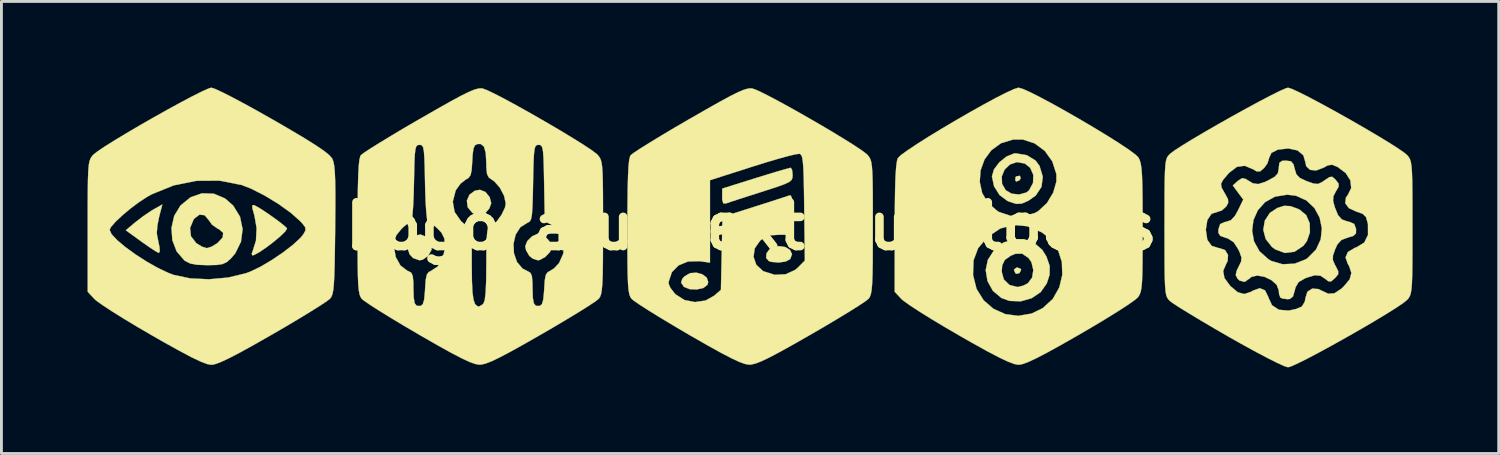
<source format=kicad_pcb>
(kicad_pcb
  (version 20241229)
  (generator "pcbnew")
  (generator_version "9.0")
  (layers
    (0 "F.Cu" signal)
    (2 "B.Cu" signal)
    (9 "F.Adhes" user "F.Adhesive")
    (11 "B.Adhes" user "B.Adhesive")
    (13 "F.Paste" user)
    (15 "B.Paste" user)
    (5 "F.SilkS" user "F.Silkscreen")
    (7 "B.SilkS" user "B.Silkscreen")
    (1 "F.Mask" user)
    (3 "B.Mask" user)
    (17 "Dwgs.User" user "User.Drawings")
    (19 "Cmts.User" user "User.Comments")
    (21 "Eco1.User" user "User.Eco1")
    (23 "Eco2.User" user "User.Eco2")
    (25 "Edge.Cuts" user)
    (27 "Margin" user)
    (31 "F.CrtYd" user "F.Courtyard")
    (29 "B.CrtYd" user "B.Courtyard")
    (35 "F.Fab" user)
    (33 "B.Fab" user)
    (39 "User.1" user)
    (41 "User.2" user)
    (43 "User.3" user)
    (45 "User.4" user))
  (footprint "Logo ajua exterus todos"
    (layer "F.Cu")
    (at 23.119 4.831)
    (property "Reference" "Logo ajua exterus todos" (at 0 0 0) (layer "F.SilkS") (effects (font (size 1.524 1.524) (thickness 0.3))))
    (attr through_hole)
    (fp_poly (pts (xy 9.385 -1.676) (xy 9.338 -1.6) (xy 9.232 -1.558) (xy 9.195 -1.595) (xy 9.202 -1.71) (xy 9.233 -1.738) (xy 9.353 -1.758) (xy 9.385 -1.676)) (stroke (width 0.01) (type solid)) (fill yes) (layer "F.SilkS"))
    (fp_poly (pts (xy 9.384 1.482) (xy 9.398 1.519) (xy 9.342 1.63) (xy 9.233 1.656) (xy 9.198 1.635) (xy 9.147 1.512) (xy 9.237 1.442) (xy 9.271 1.439) (xy 9.384 1.482)) (stroke (width 0.01) (type solid)) (fill yes) (layer "F.SilkS"))
    (fp_poly (pts (xy -11.292 0.378) (xy -11.142 0.57) (xy -11.134 0.592) (xy -11.138 0.821) (xy -11.258 1.033) (xy -11.451 1.167) (xy -11.557 1.185) (xy -11.777 1.108) (xy -11.901 0.978) (xy -11.99 0.718) (xy -11.924 0.482) (xy -11.752 0.33) (xy -11.517 0.289) (xy -11.292 0.378)) (stroke (width 0.01) (type solid)) (fill yes) (layer "F.SilkS"))
    (fp_poly (pts (xy -9.261 -1.196) (xy -9.113 -1.013) (xy -9.059 -0.803) (xy -9.121 -0.628) (xy -9.266 -0.454) (xy -9.432 -0.347) (xy -9.483 -0.339) (xy -9.58 -0.382) (xy -9.718 -0.47) (xy -9.879 -0.665) (xy -9.907 -0.891) (xy -9.818 -1.098) (xy -9.629 -1.238) (xy -9.452 -1.27) (xy -9.261 -1.196)) (stroke (width 0.01) (type solid)) (fill yes) (layer "F.SilkS"))
    (fp_poly (pts (xy -1.702 1.674) (xy -1.551 1.79) (xy -1.5 1.948) (xy -1.53 2.043) (xy -1.67 2.15) (xy -1.899 2.201) (xy -2.145 2.191) (xy -2.336 2.116) (xy -2.354 2.1) (xy -2.446 1.963) (xy -2.403 1.831) (xy -2.322 1.742) (xy -2.132 1.633) (xy -1.911 1.616) (xy -1.702 1.674)) (stroke (width 0.01) (type solid)) (fill yes) (layer "F.SilkS"))
    (fp_poly (pts (xy 1.183 0.724) (xy 1.348 0.824) (xy 1.419 0.971) (xy 1.357 1.14) (xy 1.354 1.144) (xy 1.197 1.228) (xy 0.953 1.263) (xy 0.701 1.241) (xy 0.614 1.214) (xy 0.516 1.104) (xy 0.53 0.942) (xy 0.642 0.793) (xy 0.713 0.749) (xy 0.959 0.691) (xy 1.183 0.724)) (stroke (width 0.01) (type solid)) (fill yes) (layer "F.SilkS"))
    (fp_poly (pts (xy -7.236 0.319) (xy -7.071 0.472) (xy -6.959 0.646) (xy -6.943 0.72) (xy -7.011 0.895) (xy -7.174 1.066) (xy -7.367 1.174) (xy -7.438 1.185) (xy -7.614 1.126) (xy -7.734 1.03) (xy -7.845 0.836) (xy -7.874 0.697) (xy -7.803 0.516) (xy -7.635 0.35) (xy -7.436 0.258) (xy -7.389 0.254) (xy -7.236 0.319)) (stroke (width 0.01) (type solid)) (fill yes) (layer "F.SilkS"))
    (fp_poly (pts (xy -20.628 -0.324) (xy -20.685 -0.036) (xy -20.707 0.215) (xy -20.699 0.309) (xy -20.648 0.559) (xy -20.615 0.72) (xy -20.604 0.876) (xy -20.636 0.929) (xy -20.731 0.881) (xy -20.924 0.757) (xy -21.178 0.58) (xy -21.244 0.533) (xy -21.787 0.14) (xy -21.457 -0.138) (xy -21.189 -0.344) (xy -20.909 -0.534) (xy -20.821 -0.587) (xy -20.515 -0.758) (xy -20.628 -0.324)) (stroke (width 0.01) (type solid)) (fill yes) (layer "F.SilkS"))
    (fp_poly (pts (xy 18.78 -0.701) (xy 19.051 -0.601) (xy 19.104 -0.576) (xy 19.33 -0.384) (xy 19.45 -0.105) (xy 19.458 0.213) (xy 19.351 0.52) (xy 19.226 0.684) (xy 18.92 0.888) (xy 18.588 0.93) (xy 18.255 0.808) (xy 18.135 0.721) (xy 17.916 0.442) (xy 17.834 0.123) (xy 17.886 -0.194) (xy 18.064 -0.467) (xy 18.323 -0.637) (xy 18.562 -0.712) (xy 18.78 -0.701)) (stroke (width 0.01) (type solid)) (fill yes) (layer "F.SilkS"))
    (fp_poly (pts (xy -17.299 -0.726) (xy -17.156 -0.649) (xy -16.942 -0.512) (xy -16.696 -0.342) (xy -16.459 -0.17) (xy -16.273 -0.023) (xy -16.176 0.069) (xy -16.171 0.081) (xy -16.236 0.184) (xy -16.404 0.347) (xy -16.635 0.541) (xy -16.889 0.734) (xy -17.128 0.897) (xy -17.312 0.998) (xy -17.379 1.016) (xy -17.402 0.955) (xy -17.369 0.868) (xy -17.253 0.5) (xy -17.231 0.062) (xy -17.305 -0.366) (xy -17.372 -0.605) (xy -17.385 -0.718) (xy -17.342 -0.739) (xy -17.299 -0.726)) (stroke (width 0.01) (type solid)) (fill yes) (layer "F.SilkS"))
    (fp_poly (pts (xy 1.421 -1.96) (xy 1.439 -1.787) (xy 1.433 -1.687) (xy 1.398 -1.608) (xy 1.309 -1.537) (xy 1.141 -1.46) (xy 0.867 -1.362) (xy 0.464 -1.232) (xy 0.34 -1.192) (xy -0.074 -1.06) (xy -0.437 -0.943) (xy -0.714 -0.852) (xy -0.872 -0.799) (xy -0.888 -0.793) (xy -0.977 -0.798) (xy -1.012 -0.925) (xy -1.014 -1.028) (xy -1.012 -1.312) (xy 0.15 -1.677) (xy 0.569 -1.806) (xy 0.93 -1.915) (xy 1.202 -1.993) (xy 1.355 -2.033) (xy 1.376 -2.036) (xy 1.421 -1.96)) (stroke (width 0.01) (type solid)) (fill yes) (layer "F.SilkS"))
    (fp_poly (pts (xy 9.601 -2.474) (xy 9.901 -2.289) (xy 10.039 -2.104) (xy 10.154 -1.726) (xy 10.108 -1.373) (xy 9.909 -1.072) (xy 9.651 -0.889) (xy 9.422 -0.79) (xy 9.23 -0.779) (xy 8.992 -0.854) (xy 8.917 -0.886) (xy 8.647 -1.087) (xy 8.456 -1.391) (xy 8.382 -1.736) (xy 8.382 -1.737) (xy 8.724 -1.737) (xy 8.735 -1.477) (xy 8.861 -1.256) (xy 9.069 -1.134) (xy 9.335 -1.107) (xy 9.581 -1.176) (xy 9.674 -1.249) (xy 9.813 -1.508) (xy 9.824 -1.789) (xy 9.714 -2.037) (xy 9.528 -2.185) (xy 9.253 -2.235) (xy 9.009 -2.152) (xy 8.824 -1.974) (xy 8.724 -1.737) (xy 8.382 -1.737) (xy 8.382 -1.74) (xy 8.454 -1.982) (xy 8.639 -2.227) (xy 8.885 -2.426) (xy 9.143 -2.533) (xy 9.216 -2.54) (xy 9.601 -2.474)) (stroke (width 0.01) (type solid)) (fill yes) (layer "F.SilkS"))
    (fp_poly (pts (xy 9.842 0.571) (xy 10.133 0.819) (xy 10.278 1.051) (xy 10.394 1.383) (xy 10.39 1.689) (xy 10.292 1.991) (xy 10.08 2.294) (xy 9.763 2.507) (xy 9.386 2.614) (xy 8.995 2.6) (xy 8.712 2.498) (xy 8.415 2.249) (xy 8.227 1.909) (xy 8.174 1.583) (xy 8.722 1.583) (xy 8.796 1.853) (xy 8.994 2.045) (xy 9.271 2.117) (xy 9.473 2.069) (xy 9.633 1.985) (xy 9.781 1.789) (xy 9.823 1.524) (xy 9.759 1.254) (xy 9.652 1.101) (xy 9.435 0.954) (xy 9.2 0.958) (xy 9.033 1.029) (xy 8.831 1.171) (xy 8.74 1.357) (xy 8.722 1.583) (xy 8.174 1.583) (xy 8.165 1.528) (xy 8.239 1.173) (xy 8.468 0.813) (xy 8.776 0.571) (xy 9.13 0.449) (xy 9.496 0.448) (xy 9.842 0.571)) (stroke (width 0.01) (type solid)) (fill yes) (layer "F.SilkS"))
    (fp_poly (pts (xy -18.723 -1.134) (xy -18.332 -0.969) (xy -18.046 -0.72) (xy -17.809 -0.332) (xy -17.719 0.1) (xy -17.775 0.537) (xy -17.974 0.943) (xy -18.12 1.115) (xy -18.265 1.244) (xy -18.414 1.316) (xy -18.621 1.348) (xy -18.941 1.355) (xy -18.947 1.355) (xy -19.306 1.342) (xy -19.547 1.296) (xy -19.722 1.207) (xy -19.748 1.187) (xy -20.016 0.876) (xy -20.166 0.485) (xy -20.196 0.061) (xy -19.549 0.061) (xy -19.518 0.347) (xy -19.336 0.585) (xy -19.335 0.587) (xy -19.138 0.709) (xy -18.969 0.762) (xy -18.965 0.762) (xy -18.8 0.712) (xy -18.602 0.591) (xy -18.596 0.587) (xy -18.414 0.393) (xy -18.395 0.23) (xy -18.54 0.104) (xy -18.585 0.084) (xy -18.783 -0.054) (xy -18.895 -0.21) (xy -19.04 -0.385) (xy -19.22 -0.404) (xy -19.403 -0.266) (xy -19.426 -0.235) (xy -19.549 0.061) (xy -20.196 0.061) (xy -20.196 0.058) (xy -20.102 -0.361) (xy -19.883 -0.722) (xy -19.531 -1.01) (xy -19.134 -1.148) (xy -18.723 -1.134)) (stroke (width 0.01) (type solid)) (fill yes) (layer "F.SilkS"))
    (fp_poly (pts (xy -18.68 -4.785) (xy -18.429 -4.669) (xy -18.076 -4.49) (xy -17.641 -4.259) (xy -17.148 -3.987) (xy -16.661 -3.711) (xy -16.023 -3.341) (xy -15.52 -3.041) (xy -15.141 -2.802) (xy -14.87 -2.616) (xy -14.696 -2.474) (xy -14.603 -2.366) (xy -14.596 -2.353) (xy -14.557 -2.251) (xy -14.527 -2.102) (xy -14.507 -1.885) (xy -14.494 -1.581) (xy -14.488 -1.169) (xy -14.489 -0.63) (xy -14.495 0.057) (xy -14.495 0.122) (xy -14.504 0.801) (xy -14.513 1.331) (xy -14.525 1.732) (xy -14.541 2.025) (xy -14.563 2.231) (xy -14.591 2.369) (xy -14.629 2.461) (xy -14.675 2.524) (xy -14.79 2.613) (xy -15.03 2.771) (xy -15.373 2.986) (xy -15.797 3.244) (xy -16.281 3.531) (xy -16.677 3.761) (xy -17.313 4.123) (xy -17.819 4.402) (xy -18.209 4.605) (xy -18.498 4.738) (xy -18.7 4.809) (xy -18.808 4.826) (xy -18.955 4.799) (xy -19.18 4.713) (xy -19.499 4.561) (xy -19.924 4.336) (xy -20.47 4.033) (xy -20.87 3.804) (xy -21.382 3.506) (xy -21.856 3.22) (xy -22.268 2.963) (xy -22.594 2.749) (xy -22.812 2.594) (xy -22.881 2.533) (xy -23.114 2.283) (xy -23.114 0.125) (xy -22.352 0.125) (xy -22.281 0.278) (xy -22.087 0.485) (xy -21.8 0.727) (xy -21.448 0.982) (xy -21.061 1.231) (xy -20.667 1.453) (xy -20.297 1.628) (xy -20.114 1.696) (xy -19.539 1.817) (xy -18.888 1.847) (xy -18.223 1.786) (xy -17.61 1.639) (xy -17.441 1.576) (xy -17.091 1.407) (xy -16.701 1.176) (xy -16.313 0.914) (xy -15.968 0.648) (xy -15.707 0.409) (xy -15.604 0.282) (xy -15.528 0.143) (xy -15.537 0.034) (xy -15.647 -0.109) (xy -15.715 -0.18) (xy -16.045 -0.473) (xy -16.479 -0.783) (xy -16.957 -1.074) (xy -17.423 -1.31) (xy -17.75 -1.437) (xy -18.523 -1.589) (xy -19.321 -1.584) (xy -20.114 -1.426) (xy -20.874 -1.118) (xy -21.041 -1.027) (xy -21.321 -0.845) (xy -21.62 -0.621) (xy -21.904 -0.383) (xy -22.143 -0.159) (xy -22.302 0.023) (xy -22.352 0.125) (xy -23.114 0.125) (xy -23.114 0.003) (xy -23.114 -0.677) (xy -23.111 -1.209) (xy -23.106 -1.612) (xy -23.095 -1.908) (xy -23.078 -2.118) (xy -23.053 -2.261) (xy -23.018 -2.358) (xy -22.972 -2.43) (xy -22.924 -2.487) (xy -22.788 -2.597) (xy -22.533 -2.769) (xy -22.183 -2.989) (xy -21.762 -3.243) (xy -21.296 -3.517) (xy -20.808 -3.796) (xy -20.323 -4.068) (xy -19.865 -4.318) (xy -19.459 -4.533) (xy -19.129 -4.698) (xy -18.9 -4.8) (xy -18.807 -4.826) (xy -18.68 -4.785)) (stroke (width 0.01) (type solid)) (fill yes) (layer "F.SilkS"))
    (fp_poly (pts (xy 9.459 -4.783) (xy 9.727 -4.663) (xy 10.087 -4.48) (xy 10.517 -4.25) (xy 10.991 -3.985) (xy 11.485 -3.701) (xy 11.974 -3.412) (xy 12.434 -3.132) (xy 12.84 -2.875) (xy 13.167 -2.656) (xy 13.391 -2.488) (xy 13.483 -2.397) (xy 13.528 -2.308) (xy 13.563 -2.19) (xy 13.589 -2.023) (xy 13.608 -1.785) (xy 13.62 -1.456) (xy 13.627 -1.014) (xy 13.63 -0.439) (xy 13.631 0.052) (xy 13.63 0.724) (xy 13.627 1.248) (xy 13.621 1.645) (xy 13.609 1.935) (xy 13.59 2.14) (xy 13.563 2.282) (xy 13.526 2.38) (xy 13.479 2.457) (xy 13.462 2.479) (xy 13.343 2.579) (xy 13.099 2.749) (xy 12.752 2.974) (xy 12.324 3.239) (xy 11.837 3.53) (xy 11.443 3.76) (xy 10.816 4.118) (xy 10.317 4.394) (xy 9.931 4.595) (xy 9.644 4.729) (xy 9.439 4.803) (xy 9.306 4.825) (xy 9.16 4.798) (xy 8.938 4.714) (xy 8.626 4.566) (xy 8.208 4.347) (xy 7.672 4.049) (xy 7.239 3.802) (xy 6.728 3.504) (xy 6.254 3.219) (xy 5.842 2.962) (xy 5.515 2.748) (xy 5.297 2.592) (xy 5.228 2.532) (xy 4.995 2.283) (xy 4.996 1.692) (xy 7.724 1.692) (xy 7.725 1.701) (xy 7.846 2.183) (xy 8.093 2.579) (xy 8.437 2.877) (xy 8.849 3.061) (xy 9.301 3.12) (xy 9.766 3.04) (xy 10.153 2.851) (xy 10.502 2.53) (xy 10.728 2.132) (xy 10.833 1.692) (xy 10.817 1.241) (xy 10.68 0.816) (xy 10.423 0.448) (xy 10.119 0.212) (xy 9.615 -0.001) (xy 9.135 -0.046) (xy 8.676 0.077) (xy 8.239 0.368) (xy 8.213 0.391) (xy 7.901 0.763) (xy 7.741 1.188) (xy 7.724 1.692) (xy 4.996 1.692) (xy 4.997 0.062) (xy 5 -0.69) (xy 5.009 -1.287) (xy 5.017 -1.547) (xy 7.957 -1.547) (xy 8.042 -1.157) (xy 8.247 -0.807) (xy 8.578 -0.527) (xy 8.635 -0.495) (xy 9.037 -0.362) (xy 9.47 -0.35) (xy 9.869 -0.458) (xy 9.999 -0.53) (xy 10.298 -0.809) (xy 10.517 -1.172) (xy 10.628 -1.561) (xy 10.627 -1.816) (xy 10.485 -2.26) (xy 10.223 -2.625) (xy 9.872 -2.886) (xy 9.461 -3.02) (xy 9.124 -3.022) (xy 8.698 -2.892) (xy 8.362 -2.649) (xy 8.123 -2.324) (xy 7.986 -1.946) (xy 7.957 -1.547) (xy 5.017 -1.547) (xy 5.024 -1.741) (xy 5.046 -2.067) (xy 5.075 -2.277) (xy 5.104 -2.371) (xy 5.208 -2.474) (xy 5.437 -2.642) (xy 5.768 -2.862) (xy 6.175 -3.12) (xy 6.635 -3.4) (xy 7.124 -3.689) (xy 7.617 -3.974) (xy 8.091 -4.239) (xy 8.52 -4.471) (xy 8.882 -4.655) (xy 9.152 -4.778) (xy 9.306 -4.826) (xy 9.31 -4.826) (xy 9.459 -4.783)) (stroke (width 0.01) (type solid)) (fill yes) (layer "F.SilkS"))
    (fp_poly (pts (xy 18.799 -2.263) (xy 18.887 -2.158) (xy 18.927 -1.998) (xy 18.987 -1.806) (xy 19.111 -1.68) (xy 19.349 -1.57) (xy 19.353 -1.568) (xy 19.586 -1.487) (xy 19.734 -1.473) (xy 19.867 -1.53) (xy 19.969 -1.6) (xy 20.137 -1.711) (xy 20.235 -1.724) (xy 20.333 -1.641) (xy 20.362 -1.609) (xy 20.458 -1.483) (xy 20.455 -1.374) (xy 20.364 -1.218) (xy 20.274 -1.046) (xy 20.265 -0.88) (xy 20.324 -0.664) (xy 20.437 -0.388) (xy 20.57 -0.237) (xy 20.768 -0.166) (xy 20.828 -0.156) (xy 21.001 -0.081) (xy 21.066 0.096) (xy 21.061 0.25) (xy 20.97 0.336) (xy 20.781 0.393) (xy 20.557 0.476) (xy 20.417 0.628) (xy 20.338 0.798) (xy 20.26 1.022) (xy 20.257 1.177) (xy 20.33 1.345) (xy 20.352 1.383) (xy 20.443 1.562) (xy 20.441 1.674) (xy 20.341 1.795) (xy 20.327 1.808) (xy 20.195 1.922) (xy 20.097 1.915) (xy 19.999 1.836) (xy 19.825 1.722) (xy 19.629 1.706) (xy 19.357 1.787) (xy 19.282 1.817) (xy 19.064 1.944) (xy 18.956 2.128) (xy 18.929 2.241) (xy 18.867 2.448) (xy 18.762 2.531) (xy 18.679 2.54) (xy 18.503 2.518) (xy 18.429 2.484) (xy 18.384 2.362) (xy 18.373 2.232) (xy 18.3 2.039) (xy 18.116 1.875) (xy 17.874 1.76) (xy 17.624 1.716) (xy 17.42 1.764) (xy 17.363 1.813) (xy 17.186 1.937) (xy 17.008 1.892) (xy 16.932 1.818) (xy 16.874 1.699) (xy 16.908 1.545) (xy 16.973 1.413) (xy 17.061 1.229) (xy 17.074 1.088) (xy 17.012 0.909) (xy 16.964 0.806) (xy 16.805 0.557) (xy 16.602 0.426) (xy 16.526 0.403) (xy 16.335 0.334) (xy 16.269 0.227) (xy 16.271 0.153) (xy 17.444 0.153) (xy 17.51 0.524) (xy 17.697 0.866) (xy 18.011 1.148) (xy 18.12 1.211) (xy 18.506 1.323) (xy 18.925 1.303) (xy 19.31 1.154) (xy 19.37 1.114) (xy 19.67 0.812) (xy 19.835 0.454) (xy 19.874 0.074) (xy 19.797 -0.3) (xy 19.615 -0.635) (xy 19.337 -0.899) (xy 18.973 -1.063) (xy 18.668 -1.1) (xy 18.239 -1.031) (xy 17.896 -0.84) (xy 17.644 -0.56) (xy 17.491 -0.219) (xy 17.444 0.153) (xy 16.271 0.153) (xy 16.272 0.102) (xy 16.332 -0.076) (xy 16.492 -0.148) (xy 16.535 -0.154) (xy 16.708 -0.211) (xy 16.848 -0.363) (xy 16.954 -0.556) (xy 17.136 -0.93) (xy 16.954 -1.175) (xy 16.773 -1.421) (xy 16.943 -1.575) (xy 17.093 -1.675) (xy 17.221 -1.649) (xy 17.256 -1.626) (xy 17.469 -1.497) (xy 17.654 -1.469) (xy 17.881 -1.539) (xy 18.001 -1.595) (xy 18.231 -1.723) (xy 18.341 -1.843) (xy 18.372 -2.003) (xy 18.373 -2.031) (xy 18.394 -2.211) (xy 18.491 -2.278) (xy 18.623 -2.286) (xy 18.799 -2.263)) (stroke (width 0.01) (type solid)) (fill yes) (layer "F.SilkS"))
    (fp_poly (pts (xy 0.032 -4.8) (xy 0.189 -4.743) (xy 0.464 -4.611) (xy 0.832 -4.42) (xy 1.266 -4.184) (xy 1.741 -3.918) (xy 2.232 -3.636) (xy 2.712 -3.355) (xy 3.155 -3.087) (xy 3.537 -2.849) (xy 3.831 -2.655) (xy 4.012 -2.52) (xy 4.043 -2.49) (xy 4.099 -2.422) (xy 4.143 -2.347) (xy 4.176 -2.244) (xy 4.2 -2.093) (xy 4.216 -1.873) (xy 4.226 -1.564) (xy 4.231 -1.145) (xy 4.233 -0.596) (xy 4.233 0.038) (xy 4.232 0.731) (xy 4.229 1.276) (xy 4.222 1.691) (xy 4.21 1.996) (xy 4.191 2.212) (xy 4.166 2.358) (xy 4.132 2.454) (xy 4.088 2.521) (xy 4.085 2.524) (xy 3.973 2.613) (xy 3.735 2.771) (xy 3.393 2.986) (xy 2.969 3.243) (xy 2.486 3.53) (xy 2.087 3.761) (xy 1.483 4.106) (xy 1.004 4.372) (xy 0.635 4.567) (xy 0.355 4.701) (xy 0.149 4.781) (xy -0.003 4.817) (xy -0.072 4.821) (xy -0.212 4.798) (xy -0.41 4.728) (xy -0.683 4.601) (xy -1.049 4.411) (xy -1.522 4.149) (xy -2.121 3.806) (xy -2.201 3.759) (xy -2.712 3.459) (xy -3.179 3.178) (xy -3.581 2.93) (xy -3.896 2.727) (xy -4.101 2.585) (xy -4.17 2.527) (xy -4.214 2.461) (xy -4.248 2.367) (xy -4.274 2.225) (xy -4.293 2.015) (xy -4.293 2.002) (xy -2.879 2.002) (xy -2.822 2.139) (xy -2.682 2.323) (xy -2.631 2.377) (xy -2.327 2.57) (xy -1.963 2.641) (xy -1.594 2.587) (xy -1.296 2.421) (xy -1.058 2.216) (xy -1.031 0.946) (xy -1.004 -0.325) (xy 0.09 -0.673) (xy 0.503 -0.805) (xy 0.864 -0.921) (xy 1.14 -1.011) (xy 1.296 -1.064) (xy 1.311 -1.07) (xy 1.375 -1.07) (xy 1.413 -0.992) (xy 1.433 -0.807) (xy 1.439 -0.487) (xy 1.439 -0.411) (xy 1.439 0.296) (xy 0.98 0.296) (xy 0.673 0.314) (xy 0.465 0.38) (xy 0.303 0.502) (xy 0.119 0.772) (xy 0.078 1.067) (xy 0.175 1.344) (xy 0.406 1.557) (xy 0.429 1.569) (xy 0.815 1.691) (xy 1.197 1.672) (xy 1.529 1.52) (xy 1.617 1.444) (xy 1.866 1.195) (xy 1.843 -0.65) (xy 1.835 -1.258) (xy 1.825 -1.717) (xy 1.812 -2.048) (xy 1.793 -2.273) (xy 1.768 -2.413) (xy 1.734 -2.488) (xy 1.689 -2.52) (xy 1.672 -2.524) (xy 1.547 -2.508) (xy 1.29 -2.447) (xy 0.929 -2.348) (xy 0.493 -2.219) (xy 0.043 -2.078) (xy -1.439 -1.604) (xy -1.439 1.267) (xy -1.806 1.216) (xy -2.204 1.227) (xy -2.533 1.362) (xy -2.766 1.599) (xy -2.874 1.918) (xy -2.879 2.002) (xy -4.293 2.002) (xy -4.305 1.718) (xy -4.312 1.312) (xy -4.315 0.78) (xy -4.315 0.1) (xy -4.315 0.012) (xy -4.312 -0.73) (xy -4.305 -1.319) (xy -4.293 -1.768) (xy -4.276 -2.095) (xy -4.252 -2.314) (xy -4.221 -2.44) (xy -4.203 -2.472) (xy -4.103 -2.552) (xy -3.875 -2.703) (xy -3.542 -2.911) (xy -3.124 -3.165) (xy -2.642 -3.452) (xy -2.163 -3.73) (xy -1.563 -4.074) (xy -1.091 -4.34) (xy -0.728 -4.537) (xy -0.455 -4.672) (xy -0.255 -4.756) (xy -0.109 -4.797) (xy -0.000468 -4.804) (xy 0.032 -4.8)) (stroke (width 0.01) (type solid)) (fill yes) (layer "F.SilkS"))
    (fp_poly (pts (xy 18.828 -4.784) (xy 19.081 -4.668) (xy 19.43 -4.492) (xy 19.85 -4.269) (xy 20.317 -4.014) (xy 20.807 -3.74) (xy 21.294 -3.46) (xy 21.756 -3.189) (xy 22.167 -2.941) (xy 22.502 -2.729) (xy 22.738 -2.567) (xy 22.839 -2.483) (xy 22.895 -2.418) (xy 22.939 -2.344) (xy 22.972 -2.243) (xy 22.996 -2.094) (xy 23.012 -1.876) (xy 23.022 -1.568) (xy 23.027 -1.151) (xy 23.029 -0.604) (xy 23.029 0.042) (xy 23.029 0.729) (xy 23.027 1.267) (xy 23.022 1.676) (xy 23.011 1.977) (xy 22.995 2.19) (xy 22.97 2.336) (xy 22.937 2.435) (xy 22.892 2.507) (xy 22.839 2.568) (xy 22.701 2.679) (xy 22.443 2.852) (xy 22.091 3.072) (xy 21.669 3.326) (xy 21.2 3.599) (xy 20.71 3.879) (xy 20.223 4.151) (xy 19.763 4.401) (xy 19.355 4.616) (xy 19.023 4.781) (xy 18.792 4.883) (xy 18.696 4.911) (xy 18.564 4.87) (xy 18.309 4.754) (xy 17.951 4.574) (xy 17.514 4.342) (xy 17.018 4.069) (xy 16.631 3.85) (xy 16.113 3.55) (xy 15.635 3.268) (xy 15.22 3.018) (xy 14.89 2.814) (xy 14.669 2.669) (xy 14.586 2.607) (xy 14.53 2.551) (xy 14.486 2.486) (xy 14.452 2.395) (xy 14.428 2.255) (xy 14.412 2.049) (xy 14.401 1.755) (xy 14.396 1.354) (xy 14.394 0.826) (xy 14.393 0.152) (xy 14.393 0.127) (xy 15.833 0.127) (xy 15.884 0.473) (xy 16.037 0.685) (xy 16.289 0.762) (xy 16.307 0.762) (xy 16.502 0.83) (xy 16.605 0.999) (xy 16.592 1.212) (xy 16.541 1.31) (xy 16.436 1.557) (xy 16.48 1.803) (xy 16.679 2.074) (xy 16.696 2.091) (xy 16.947 2.3) (xy 17.172 2.361) (xy 17.412 2.281) (xy 17.475 2.242) (xy 17.71 2.158) (xy 17.893 2.231) (xy 18.003 2.451) (xy 18.007 2.469) (xy 18.136 2.75) (xy 18.377 2.909) (xy 18.714 2.937) (xy 18.736 2.934) (xy 18.98 2.881) (xy 19.163 2.804) (xy 19.18 2.791) (xy 19.279 2.629) (xy 19.304 2.49) (xy 19.371 2.28) (xy 19.538 2.172) (xy 19.759 2.188) (xy 19.857 2.238) (xy 20.098 2.351) (xy 20.314 2.334) (xy 20.549 2.178) (xy 20.633 2.1) (xy 20.842 1.85) (xy 20.903 1.626) (xy 20.823 1.385) (xy 20.779 1.314) (xy 20.699 1.085) (xy 20.782 0.896) (xy 21.028 0.749) (xy 21.091 0.727) (xy 21.351 0.567) (xy 21.481 0.301) (xy 21.479 -0.07) (xy 21.471 -0.112) (xy 21.411 -0.32) (xy 21.293 -0.435) (xy 21.084 -0.508) (xy 20.817 -0.629) (xy 20.689 -0.801) (xy 20.711 -0.997) (xy 20.778 -1.092) (xy 20.896 -1.332) (xy 20.868 -1.596) (xy 20.707 -1.852) (xy 20.425 -2.064) (xy 20.414 -2.07) (xy 20.233 -2.143) (xy 20.082 -2.122) (xy 19.929 -2.039) (xy 19.676 -1.944) (xy 19.463 -1.965) (xy 19.329 -2.091) (xy 19.304 -2.213) (xy 19.23 -2.472) (xy 19.025 -2.643) (xy 18.711 -2.709) (xy 18.693 -2.709) (xy 18.34 -2.669) (xy 18.116 -2.555) (xy 18.034 -2.374) (xy 18.034 -2.368) (xy 17.977 -2.188) (xy 17.859 -2.026) (xy 17.72 -1.91) (xy 17.603 -1.912) (xy 17.481 -1.984) (xy 17.188 -2.107) (xy 16.917 -2.07) (xy 16.65 -1.868) (xy 16.603 -1.817) (xy 16.431 -1.614) (xy 16.36 -1.477) (xy 16.382 -1.345) (xy 16.488 -1.156) (xy 16.504 -1.131) (xy 16.604 -0.941) (xy 16.611 -0.812) (xy 16.541 -0.686) (xy 16.387 -0.549) (xy 16.257 -0.508) (xy 16.031 -0.434) (xy 15.886 -0.221) (xy 15.833 0.112) (xy 15.833 0.127) (xy 14.393 0.127) (xy 14.393 0.042) (xy 14.394 -0.655) (xy 14.395 -1.202) (xy 14.4 -1.62) (xy 14.41 -1.928) (xy 14.425 -2.145) (xy 14.448 -2.293) (xy 14.48 -2.391) (xy 14.523 -2.458) (xy 14.578 -2.514) (xy 14.586 -2.523) (xy 14.738 -2.637) (xy 15.006 -2.811) (xy 15.365 -3.031) (xy 15.792 -3.284) (xy 16.262 -3.554) (xy 16.75 -3.83) (xy 17.233 -4.097) (xy 17.686 -4.342) (xy 18.084 -4.55) (xy 18.403 -4.709) (xy 18.618 -4.804) (xy 18.696 -4.826) (xy 18.828 -4.784)) (stroke (width 0.01) (type solid)) (fill yes) (layer "F.SilkS"))
    (fp_poly (pts (xy -9.366 -4.8) (xy -9.209 -4.743) (xy -8.934 -4.611) (xy -8.566 -4.42) (xy -8.132 -4.184) (xy -7.657 -3.918) (xy -7.166 -3.636) (xy -6.686 -3.355) (xy -6.243 -3.087) (xy -5.861 -2.849) (xy -5.567 -2.655) (xy -5.386 -2.52) (xy -5.355 -2.49) (xy -5.299 -2.422) (xy -5.255 -2.347) (xy -5.222 -2.244) (xy -5.198 -2.093) (xy -5.182 -1.873) (xy -5.172 -1.564) (xy -5.167 -1.145) (xy -5.165 -0.596) (xy -5.165 0.038) (xy -5.166 0.731) (xy -5.169 1.276) (xy -5.176 1.691) (xy -5.188 1.996) (xy -5.207 2.212) (xy -5.232 2.358) (xy -5.266 2.454) (xy -5.31 2.521) (xy -5.313 2.524) (xy -5.425 2.613) (xy -5.663 2.771) (xy -6.005 2.986) (xy -6.429 3.243) (xy -6.912 3.53) (xy -7.311 3.761) (xy -7.915 4.106) (xy -8.394 4.372) (xy -8.763 4.567) (xy -9.043 4.701) (xy -9.249 4.781) (xy -9.401 4.817) (xy -9.47 4.821) (xy -9.61 4.798) (xy -9.808 4.728) (xy -10.081 4.601) (xy -10.447 4.411) (xy -10.92 4.149) (xy -11.519 3.806) (xy -11.599 3.759) (xy -12.11 3.459) (xy -12.577 3.178) (xy -12.979 2.93) (xy -13.294 2.727) (xy -13.499 2.585) (xy -13.568 2.527) (xy -13.612 2.461) (xy -13.646 2.367) (xy -13.672 2.225) (xy -13.691 2.015) (xy -13.703 1.718) (xy -13.71 1.312) (xy -13.713 0.78) (xy -13.713 0.715) (xy -12.446 0.715) (xy -12.385 1.072) (xy -12.221 1.366) (xy -11.981 1.55) (xy -11.936 1.567) (xy -11.843 1.62) (xy -11.792 1.734) (xy -11.771 1.948) (xy -11.769 2.151) (xy -11.759 2.488) (xy -11.724 2.685) (xy -11.65 2.772) (xy -11.528 2.776) (xy -11.519 2.775) (xy -11.442 2.716) (xy -11.394 2.555) (xy -11.367 2.262) (xy -11.363 2.184) (xy -11.341 1.871) (xy -11.303 1.687) (xy -11.236 1.595) (xy -11.174 1.566) (xy -10.926 1.404) (xy -10.749 1.123) (xy -10.67 0.766) (xy -10.668 0.7) (xy -10.692 0.425) (xy -10.789 0.226) (xy -10.931 0.076) (xy -11.11 -0.076) (xy -11.242 -0.162) (xy -11.267 -0.169) (xy -11.294 -0.249) (xy -11.319 -0.47) (xy -11.341 -0.803) (xy -11.343 -0.857) (xy -10.398 -0.857) (xy -10.334 -0.496) (xy -10.111 -0.178) (xy -10.029 -0.106) (xy -9.737 0.127) (xy -9.737 1.359) (xy -9.731 1.9) (xy -9.713 2.292) (xy -9.677 2.556) (xy -9.621 2.714) (xy -9.541 2.784) (xy -9.483 2.794) (xy -9.386 2.742) (xy -9.33 2.692) (xy -9.284 2.57) (xy -9.253 2.302) (xy -9.234 1.882) (xy -9.229 1.341) (xy -9.227 0.855) (xy -9.223 0.61) (xy -8.283 0.61) (xy -8.267 0.941) (xy -8.162 1.244) (xy -7.966 1.475) (xy -7.787 1.567) (xy -7.694 1.62) (xy -7.643 1.734) (xy -7.623 1.948) (xy -7.62 2.151) (xy -7.611 2.488) (xy -7.575 2.685) (xy -7.502 2.772) (xy -7.379 2.776) (xy -7.37 2.775) (xy -7.294 2.716) (xy -7.246 2.555) (xy -7.218 2.262) (xy -7.214 2.184) (xy -7.192 1.871) (xy -7.154 1.687) (xy -7.087 1.595) (xy -7.026 1.566) (xy -6.865 1.463) (xy -6.699 1.285) (xy -6.691 1.273) (xy -6.546 0.946) (xy -6.533 0.594) (xy -6.64 0.266) (xy -6.859 0.012) (xy -6.957 -0.05) (xy -7.192 -0.171) (xy -7.216 -1.504) (xy -7.226 -2.006) (xy -7.237 -2.363) (xy -7.254 -2.6) (xy -7.28 -2.741) (xy -7.318 -2.811) (xy -7.372 -2.834) (xy -7.408 -2.836) (xy -7.472 -2.828) (xy -7.519 -2.785) (xy -7.55 -2.685) (xy -7.571 -2.502) (xy -7.585 -2.211) (xy -7.596 -1.789) (xy -7.601 -1.508) (xy -7.611 -1.005) (xy -7.624 -0.645) (xy -7.642 -0.404) (xy -7.67 -0.256) (xy -7.71 -0.175) (xy -7.766 -0.135) (xy -7.789 -0.127) (xy -8.044 0.033) (xy -8.209 0.293) (xy -8.283 0.61) (xy -9.223 0.61) (xy -9.221 0.511) (xy -9.205 0.281) (xy -9.178 0.139) (xy -9.134 0.057) (xy -9.072 0.007) (xy -9.055 -0.002) (xy -8.873 -0.16) (xy -8.699 -0.4) (xy -8.579 -0.652) (xy -8.552 -0.792) (xy -8.61 -1.059) (xy -8.756 -1.341) (xy -8.947 -1.56) (xy -9.021 -1.611) (xy -9.142 -1.697) (xy -9.205 -1.823) (xy -9.228 -2.04) (xy -9.23 -2.194) (xy -9.25 -2.559) (xy -9.312 -2.776) (xy -9.427 -2.866) (xy -9.535 -2.865) (xy -9.624 -2.822) (xy -9.677 -2.709) (xy -9.707 -2.49) (xy -9.719 -2.276) (xy -9.739 -1.969) (xy -9.776 -1.787) (xy -9.847 -1.685) (xy -9.953 -1.622) (xy -10.13 -1.482) (xy -10.285 -1.266) (xy -10.299 -1.239) (xy -10.398 -0.857) (xy -11.343 -0.857) (xy -11.358 -1.219) (xy -11.364 -1.503) (xy -11.374 -2.005) (xy -11.386 -2.362) (xy -11.403 -2.599) (xy -11.428 -2.741) (xy -11.466 -2.811) (xy -11.52 -2.834) (xy -11.557 -2.836) (xy -11.621 -2.828) (xy -11.667 -2.786) (xy -11.699 -2.685) (xy -11.72 -2.502) (xy -11.734 -2.212) (xy -11.744 -1.791) (xy -11.75 -1.503) (xy -11.762 -1.049) (xy -11.781 -0.662) (xy -11.806 -0.369) (xy -11.832 -0.2) (xy -11.849 -0.169) (xy -11.951 -0.114) (xy -12.116 0.024) (xy -12.185 0.091) (xy -12.366 0.314) (xy -12.438 0.549) (xy -12.446 0.715) (xy -13.713 0.715) (xy -13.713 0.1) (xy -13.713 0.012) (xy -13.71 -0.73) (xy -13.703 -1.319) (xy -13.691 -1.768) (xy -13.674 -2.095) (xy -13.65 -2.314) (xy -13.619 -2.44) (xy -13.601 -2.472) (xy -13.501 -2.552) (xy -13.273 -2.703) (xy -12.94 -2.911) (xy -12.522 -3.165) (xy -12.04 -3.452) (xy -11.561 -3.73) (xy -10.961 -4.074) (xy -10.489 -4.34) (xy -10.126 -4.537) (xy -9.853 -4.672) (xy -9.653 -4.756) (xy -9.507 -4.797) (xy -9.398 -4.804) (xy -9.366 -4.8)) (stroke (width 0.01) (type solid)) (fill yes) (layer "F.SilkS")))
  (gr_rect
    (start -3 -3)
    (end 49.153 12.747)
    (stroke (width 0.1) (type default))
    (fill no)
    (layer "Edge.Cuts")))
</source>
